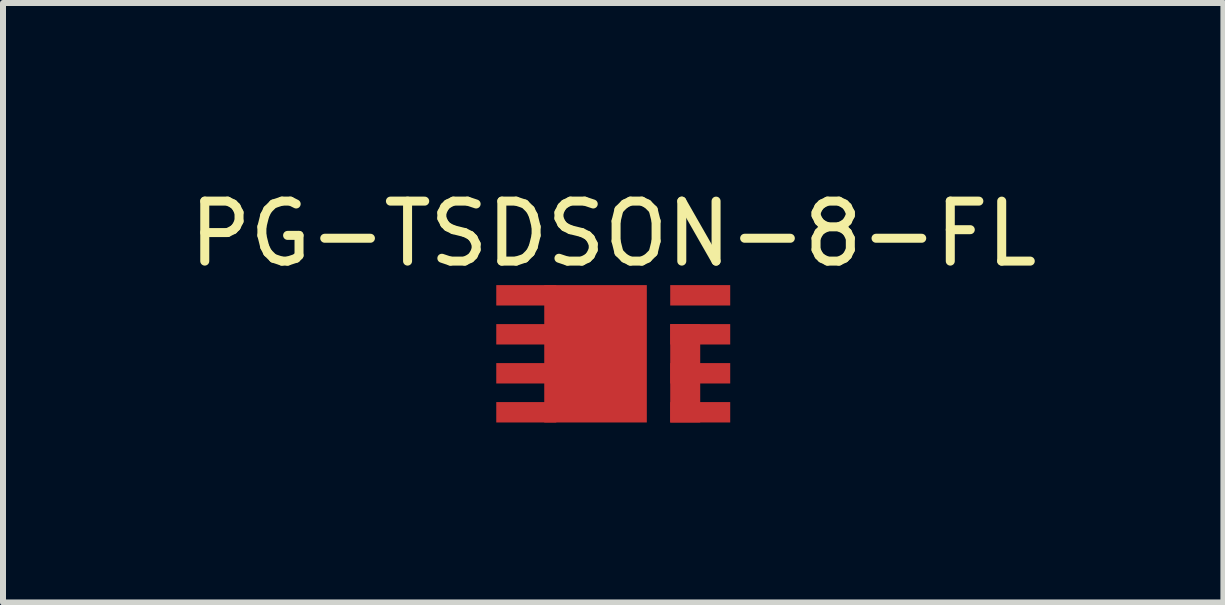
<source format=kicad_pcb>
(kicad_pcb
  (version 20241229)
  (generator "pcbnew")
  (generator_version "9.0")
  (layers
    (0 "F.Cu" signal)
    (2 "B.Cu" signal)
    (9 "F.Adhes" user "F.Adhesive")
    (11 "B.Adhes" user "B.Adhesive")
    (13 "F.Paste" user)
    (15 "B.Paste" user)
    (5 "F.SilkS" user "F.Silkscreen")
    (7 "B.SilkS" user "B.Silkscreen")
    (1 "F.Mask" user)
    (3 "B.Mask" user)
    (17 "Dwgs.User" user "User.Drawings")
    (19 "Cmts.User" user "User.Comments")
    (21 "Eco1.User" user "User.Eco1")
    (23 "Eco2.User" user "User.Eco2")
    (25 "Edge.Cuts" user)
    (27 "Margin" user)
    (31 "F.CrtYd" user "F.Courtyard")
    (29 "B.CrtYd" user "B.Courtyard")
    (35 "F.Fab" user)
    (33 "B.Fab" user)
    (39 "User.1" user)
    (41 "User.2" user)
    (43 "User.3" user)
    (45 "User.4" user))
  (footprint "PG-TSDSON-8-FL"
    (layer "F.Cu")
    (at 7.173 2.848)
    (property "Reference" "PG-TSDSON-8-FL" (at 0 -2 0) (layer "F.SilkS") (effects (font (size 1 1) (thickness 0.15))))
    (attr through_hole)
    (pad "1" smd rect (at 1.2 0.325) (size 0.5 1.64) (layers "F.Cu" "F.Mask" "F.Paste"))
    (pad "1" smd rect (at 1.45 -0.325) (size 1 0.34) (layers "F.Cu" "F.Mask" "F.Paste"))
    (pad "1" smd rect (at 1.45 0.325) (size 1 0.34) (layers "F.Cu" "F.Mask" "F.Paste"))
    (pad "1" smd rect (at 1.45 0.975) (size 1 0.34) (layers "F.Cu" "F.Mask" "F.Paste"))
    (pad "2" smd rect (at 1.45 -0.975) (size 1 0.34) (layers "F.Cu" "F.Mask" "F.Paste"))
    (pad "3" smd rect (at -1.45 -0.975 180) (size 1 0.34) (layers "F.Cu" "F.Mask" "F.Paste"))
    (pad "3" smd rect (at -1.45 -0.325 180) (size 1 0.34) (layers "F.Cu" "F.Mask" "F.Paste"))
    (pad "3" smd rect (at -1.45 0.325 180) (size 1 0.34) (layers "F.Cu" "F.Mask" "F.Paste"))
    (pad "3" smd rect (at -1.45 0.975 180) (size 1 0.34) (layers "F.Cu" "F.Mask" "F.Paste"))
    (pad "3" smd rect (at -0.295 0 180) (size 1.71 2.29) (layers "F.Cu" "F.Mask" "F.Paste")))
  (gr_rect
    (start -3 -3)
    (end 17.345 6.993)
    (stroke (width 0.1) (type default))
    (fill no)
    (layer "Edge.Cuts")))
</source>
